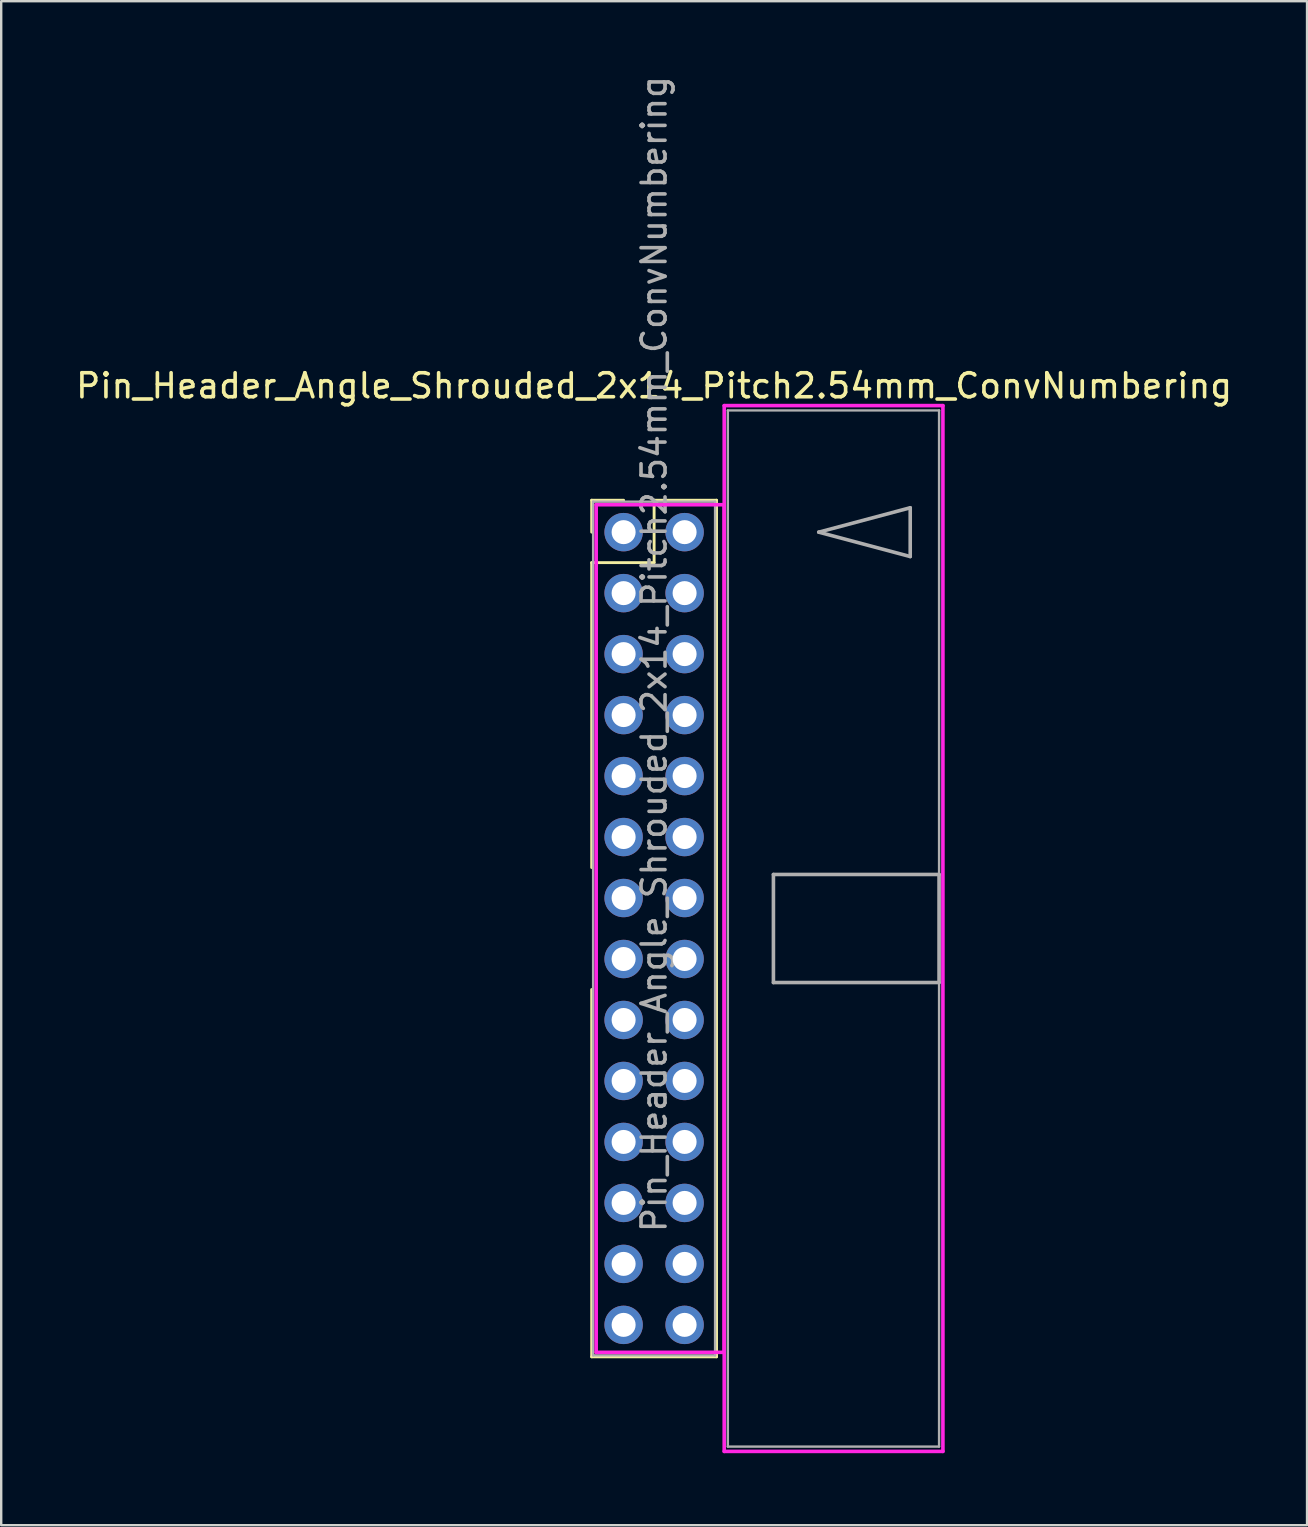
<source format=kicad_pcb>
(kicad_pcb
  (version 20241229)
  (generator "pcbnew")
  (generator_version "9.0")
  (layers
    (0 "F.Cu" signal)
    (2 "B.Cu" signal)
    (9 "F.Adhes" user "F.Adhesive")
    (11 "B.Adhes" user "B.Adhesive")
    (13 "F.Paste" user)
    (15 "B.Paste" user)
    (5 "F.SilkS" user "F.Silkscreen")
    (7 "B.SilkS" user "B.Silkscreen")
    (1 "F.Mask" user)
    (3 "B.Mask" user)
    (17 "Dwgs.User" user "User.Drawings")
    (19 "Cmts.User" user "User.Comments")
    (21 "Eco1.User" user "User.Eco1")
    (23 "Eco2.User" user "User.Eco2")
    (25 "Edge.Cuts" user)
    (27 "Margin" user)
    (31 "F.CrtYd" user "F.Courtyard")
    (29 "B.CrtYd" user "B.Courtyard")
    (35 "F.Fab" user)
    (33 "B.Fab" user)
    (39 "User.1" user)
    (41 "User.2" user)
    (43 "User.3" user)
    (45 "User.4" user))
  (footprint "Pin_Header_Angle_Shrouded_2x14_Pitch2.54mm_ConvNumbering"
    (layer "F.Cu")
    (at 22.926 19.116)
    (property "Reference" "Pin_Header_Angle_Shrouded_2x14_Pitch2.54mm_ConvNumbering" (at 1.27 -6.096 0) (layer "F.SilkS") (effects (font (size 1 1) (thickness 0.15))))
    (attr through_hole)
    (fp_line (start -1.33 -1.33) (end 0 -1.33) (stroke (width 0.12) (type solid)) (layer "F.SilkS"))
    (fp_line (start -1.33 0) (end -1.33 -1.33) (stroke (width 0.12) (type solid)) (layer "F.SilkS"))
    (fp_line (start -1.33 1.27) (end -1.33 13.97) (stroke (width 0.12) (type solid)) (layer "F.SilkS"))
    (fp_line (start -1.33 1.27) (end 1.27 1.27) (stroke (width 0.12) (type solid)) (layer "F.SilkS"))
    (fp_line (start -1.33 19.05) (end -1.33 34.35) (stroke (width 0.12) (type solid)) (layer "F.SilkS"))
    (fp_line (start -1.33 34.35) (end 3.87 34.35) (stroke (width 0.12) (type solid)) (layer "F.SilkS"))
    (fp_line (start 1.27 -1.33) (end 3.87 -1.33) (stroke (width 0.12) (type solid)) (layer "F.SilkS"))
    (fp_line (start 1.27 1.27) (end 1.27 -1.33) (stroke (width 0.12) (type solid)) (layer "F.SilkS"))
    (fp_line (start 3.87 -1.33) (end 3.87 34.35) (stroke (width 0.12) (type solid)) (layer "F.SilkS"))
    (fp_line (start -1.143 -1.143) (end -1.143 34.163) (stroke (width 0.15) (type solid)) (layer "F.CrtYd"))
    (fp_line (start -1.143 34.163) (end 4.19 34.163) (stroke (width 0.15) (type solid)) (layer "F.CrtYd"))
    (fp_line (start 4.19 -5.27) (end 4.19 38.29) (stroke (width 0.15) (type solid)) (layer "F.CrtYd"))
    (fp_line (start 4.19 -1.143) (end -1.143 -1.143) (stroke (width 0.15) (type solid)) (layer "F.CrtYd"))
    (fp_line (start 4.19 34.163) (end 4.19 -1.143) (stroke (width 0.15) (type solid)) (layer "F.CrtYd"))
    (fp_line (start 4.19 38.29) (end 13.3 38.29) (stroke (width 0.15) (type solid)) (layer "F.CrtYd"))
    (fp_line (start 13.3 -5.27) (end 4.19 -5.27) (stroke (width 0.15) (type solid)) (layer "F.CrtYd"))
    (fp_line (start 13.3 38.29) (end 13.3 -5.27) (stroke (width 0.15) (type solid)) (layer "F.CrtYd"))
    (fp_line (start -1.27 -1.27) (end -1.27 34.29) (stroke (width 0.1) (type solid)) (layer "F.Fab"))
    (fp_line (start -1.27 34.29) (end 3.81 34.29) (stroke (width 0.1) (type solid)) (layer "F.Fab"))
    (fp_line (start 3.81 -1.27) (end -1.27 -1.27) (stroke (width 0.1) (type solid)) (layer "F.Fab"))
    (fp_line (start 3.81 34.29) (end 3.81 -1.27) (stroke (width 0.1) (type solid)) (layer "F.Fab"))
    (fp_line (start 4.34 -5.07) (end 4.34 38.09) (stroke (width 0.1) (type solid)) (layer "F.Fab"))
    (fp_line (start 4.34 38.09) (end 13.14 38.09) (stroke (width 0.1) (type solid)) (layer "F.Fab"))
    (fp_line (start 6.24 14.26) (end 6.24 18.76) (stroke (width 0.15) (type solid)) (layer "F.Fab"))
    (fp_line (start 6.24 18.76) (end 13.14 18.76) (stroke (width 0.15) (type solid)) (layer "F.Fab"))
    (fp_line (start 8.128 0) (end 11.938 -1.016) (stroke (width 0.15) (type solid)) (layer "F.Fab"))
    (fp_line (start 11.938 -1.016) (end 11.938 1.016) (stroke (width 0.15) (type solid)) (layer "F.Fab"))
    (fp_line (start 11.938 1.016) (end 8.128 0) (stroke (width 0.15) (type solid)) (layer "F.Fab"))
    (fp_line (start 13.14 -5.07) (end 4.34 -5.07) (stroke (width 0.1) (type solid)) (layer "F.Fab"))
    (fp_line (start 13.14 14.26) (end 6.24 14.26) (stroke (width 0.15) (type solid)) (layer "F.Fab"))
    (fp_line (start 13.14 18.76) (end 13.14 14.26) (stroke (width 0.15) (type solid)) (layer "F.Fab"))
    (fp_line (start 13.14 38.09) (end 13.14 -5.07) (stroke (width 0.1) (type solid)) (layer "F.Fab"))
    (fp_text user "${REFERENCE}" (at 1.27 5.08 90) (layer "F.Fab") (effects (font (size 1 1) (thickness 0.15))))
    (pad "1" thru_hole oval (at 0 0) (size 1.6 1.6) (drill 1) (layers "*.Cu" "*.Mask"))
    (pad "2" thru_hole oval (at 2.54 0) (size 1.6 1.6) (drill 1) (layers "*.Cu" "*.Mask"))
    (pad "3" thru_hole oval (at 0 2.54) (size 1.6 1.6) (drill 1) (layers "*.Cu" "*.Mask"))
    (pad "4" thru_hole oval (at 2.54 2.54) (size 1.6 1.6) (drill 1) (layers "*.Cu" "*.Mask"))
    (pad "5" thru_hole oval (at 0 5.08) (size 1.6 1.6) (drill 1) (layers "*.Cu" "*.Mask"))
    (pad "6" thru_hole oval (at 2.54 5.08) (size 1.6 1.6) (drill 1) (layers "*.Cu" "*.Mask"))
    (pad "7" thru_hole oval (at 0 7.62) (size 1.6 1.6) (drill 1) (layers "*.Cu" "*.Mask"))
    (pad "8" thru_hole oval (at 2.54 7.62) (size 1.6 1.6) (drill 1) (layers "*.Cu" "*.Mask"))
    (pad "9" thru_hole oval (at 0 10.16) (size 1.6 1.6) (drill 1) (layers "*.Cu" "*.Mask"))
    (pad "10" thru_hole oval (at 2.54 10.16) (size 1.6 1.6) (drill 1) (layers "*.Cu" "*.Mask"))
    (pad "11" thru_hole oval (at 0 12.7) (size 1.6 1.6) (drill 1) (layers "*.Cu" "*.Mask"))
    (pad "12" thru_hole oval (at 2.54 12.7) (size 1.6 1.6) (drill 1) (layers "*.Cu" "*.Mask"))
    (pad "13" thru_hole oval (at 0 15.24) (size 1.6 1.6) (drill 1) (layers "*.Cu" "*.Mask"))
    (pad "14" thru_hole oval (at 2.54 15.24) (size 1.6 1.6) (drill 1) (layers "*.Cu" "*.Mask"))
    (pad "15" thru_hole oval (at 0 17.78) (size 1.6 1.6) (drill 1) (layers "*.Cu" "*.Mask"))
    (pad "16" thru_hole oval (at 2.54 17.78) (size 1.6 1.6) (drill 1) (layers "*.Cu" "*.Mask"))
    (pad "17" thru_hole oval (at 0 20.32) (size 1.6 1.6) (drill 1) (layers "*.Cu" "*.Mask"))
    (pad "18" thru_hole oval (at 2.54 20.32) (size 1.6 1.6) (drill 1) (layers "*.Cu" "*.Mask"))
    (pad "19" thru_hole oval (at 0 22.86) (size 1.6 1.6) (drill 1) (layers "*.Cu" "*.Mask"))
    (pad "20" thru_hole oval (at 2.54 22.86) (size 1.6 1.6) (drill 1) (layers "*.Cu" "*.Mask"))
    (pad "21" thru_hole oval (at 0 25.4) (size 1.6 1.6) (drill 1) (layers "*.Cu" "*.Mask"))
    (pad "22" thru_hole oval (at 2.54 25.4) (size 1.6 1.6) (drill 1) (layers "*.Cu" "*.Mask"))
    (pad "23" thru_hole oval (at 0 27.94) (size 1.6 1.6) (drill 1) (layers "*.Cu" "*.Mask"))
    (pad "24" thru_hole oval (at 2.54 27.94) (size 1.6 1.6) (drill 1) (layers "*.Cu" "*.Mask"))
    (pad "25" thru_hole oval (at 0 30.48) (size 1.6 1.6) (drill 1) (layers "*.Cu" "*.Mask"))
    (pad "26" thru_hole oval (at 2.54 30.48) (size 1.6 1.6) (drill 1) (layers "*.Cu" "*.Mask"))
    (pad "27" thru_hole oval (at 0 33.02) (size 1.6 1.6) (drill 1) (layers "*.Cu" "*.Mask"))
    (pad "28" thru_hole oval (at 2.54 33.02) (size 1.6 1.6) (drill 1) (layers "*.Cu" "*.Mask")))
  (gr_rect
    (start -3 -3)
    (end 51.393 60.481)
    (stroke (width 0.1) (type default))
    (fill no)
    (layer "Edge.Cuts")))
</source>
